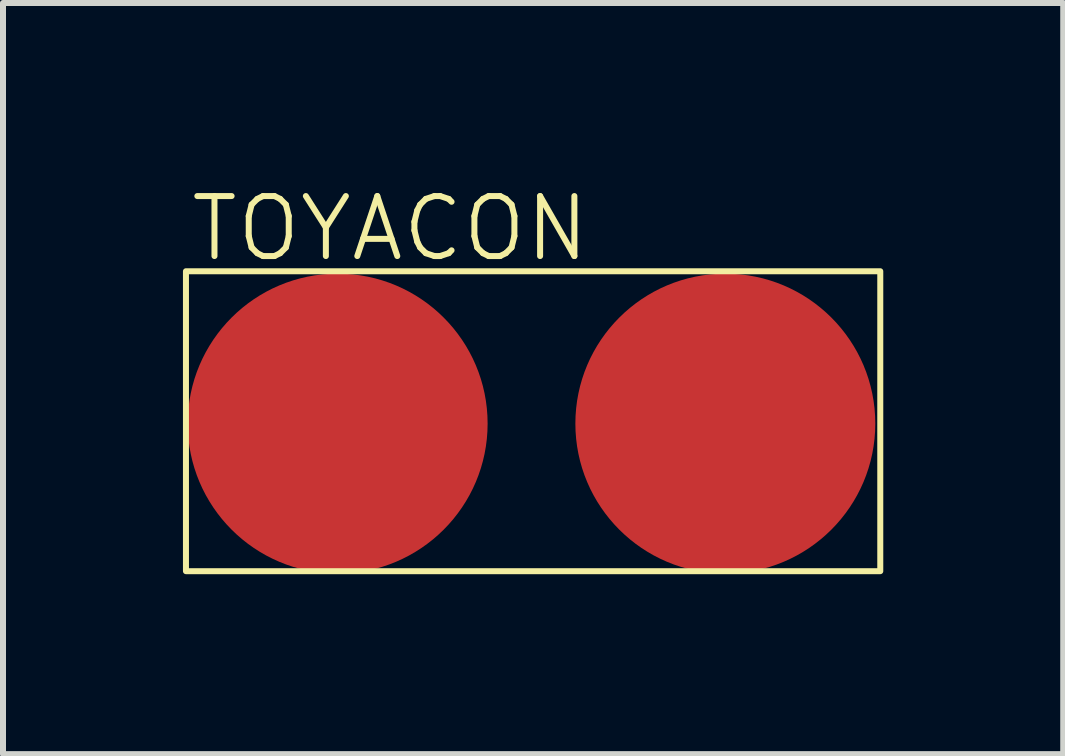
<source format=kicad_pcb>
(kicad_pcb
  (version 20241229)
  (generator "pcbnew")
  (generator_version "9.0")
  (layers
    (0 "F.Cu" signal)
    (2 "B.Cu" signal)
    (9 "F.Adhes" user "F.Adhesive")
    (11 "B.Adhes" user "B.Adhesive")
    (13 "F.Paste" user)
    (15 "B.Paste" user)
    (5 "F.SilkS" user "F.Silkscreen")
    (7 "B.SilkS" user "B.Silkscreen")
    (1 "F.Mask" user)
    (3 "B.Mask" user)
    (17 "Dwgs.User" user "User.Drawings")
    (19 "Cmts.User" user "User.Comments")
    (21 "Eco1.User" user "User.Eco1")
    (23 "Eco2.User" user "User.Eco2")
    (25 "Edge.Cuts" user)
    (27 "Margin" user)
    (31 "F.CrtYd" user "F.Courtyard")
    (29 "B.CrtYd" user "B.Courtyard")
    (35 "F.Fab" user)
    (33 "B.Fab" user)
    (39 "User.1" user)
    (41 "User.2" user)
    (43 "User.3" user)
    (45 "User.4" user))
  (footprint "TOYACON"
    (layer "F.Cu")
    (at 1.625 1.472)
    (property "Reference" "TOYACON" (at 1.829 -0.711 0) (unlocked yes) (layer "F.SilkS") (effects (font (size 1 1) (thickness 0.1))))
    (attr smd)
    (fp_circle (center 0.954 2.54) (end 3.204 2.54) (stroke (width 0.5) (type solid)) (fill yes) (layer "F.Cu"))
    (fp_circle (center 7.417 2.54) (end 9.667 2.54) (stroke (width 0.5) (type solid)) (fill yes) (layer "F.Cu"))
    (fp_rect (start -1.575 0) (end 10 5) (stroke (width 0.1) (type default)) (fill no) (layer "F.SilkS")))
  (gr_rect
    (start -3 -3)
    (end 14.675 9.522)
    (stroke (width 0.1) (type default))
    (fill no)
    (layer "Edge.Cuts")))
</source>
